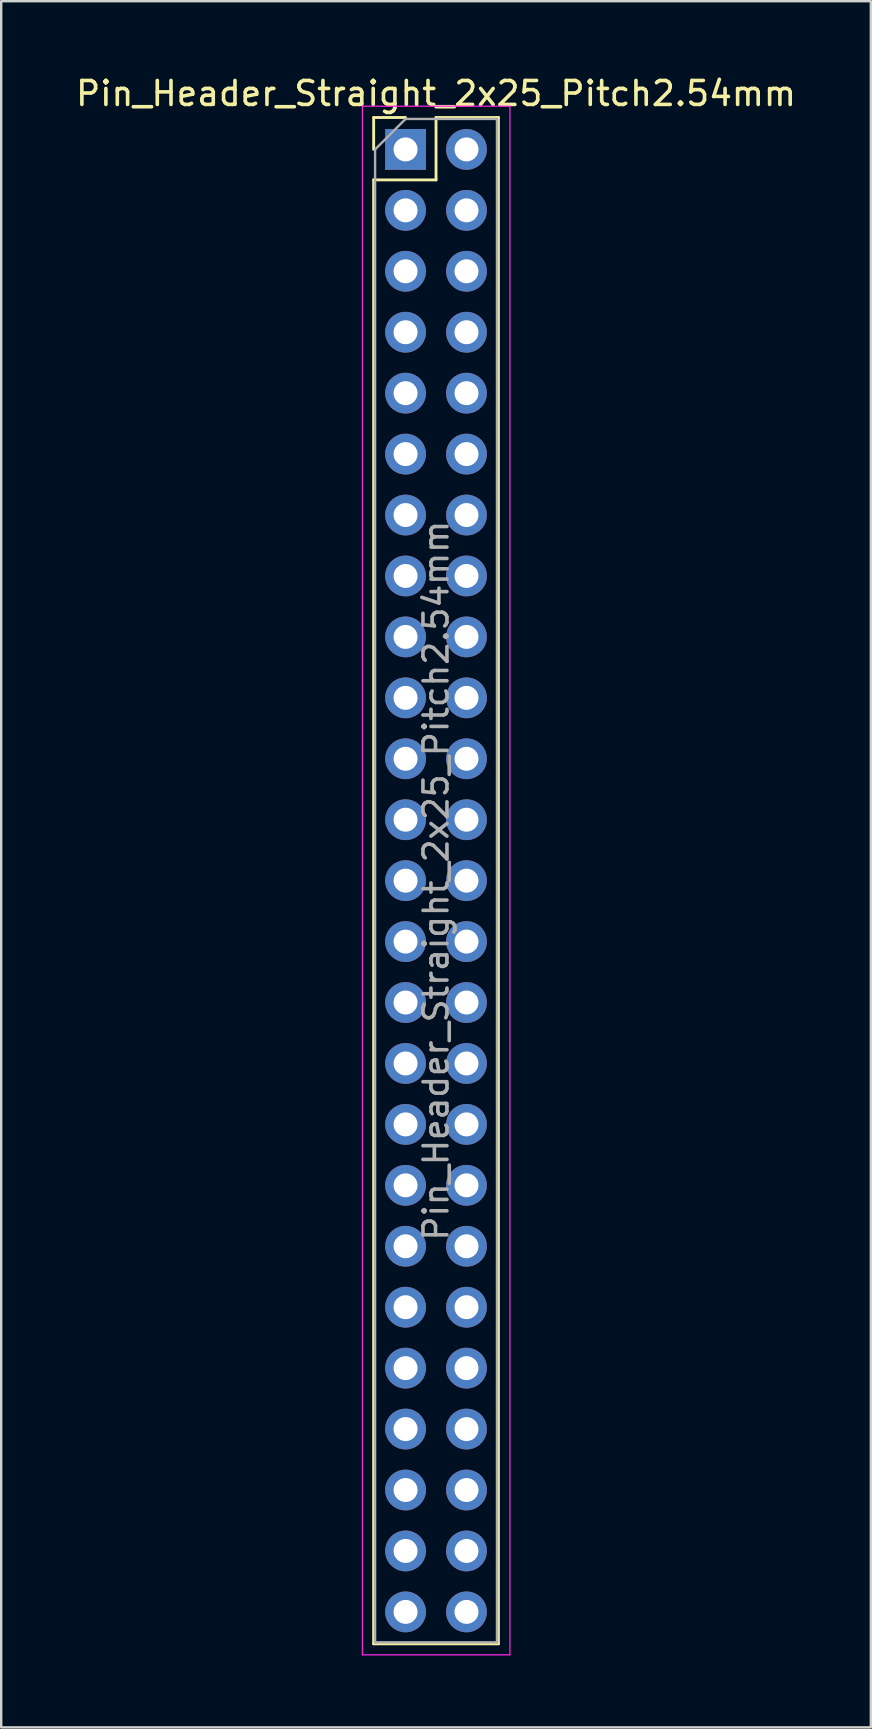
<source format=kicad_pcb>
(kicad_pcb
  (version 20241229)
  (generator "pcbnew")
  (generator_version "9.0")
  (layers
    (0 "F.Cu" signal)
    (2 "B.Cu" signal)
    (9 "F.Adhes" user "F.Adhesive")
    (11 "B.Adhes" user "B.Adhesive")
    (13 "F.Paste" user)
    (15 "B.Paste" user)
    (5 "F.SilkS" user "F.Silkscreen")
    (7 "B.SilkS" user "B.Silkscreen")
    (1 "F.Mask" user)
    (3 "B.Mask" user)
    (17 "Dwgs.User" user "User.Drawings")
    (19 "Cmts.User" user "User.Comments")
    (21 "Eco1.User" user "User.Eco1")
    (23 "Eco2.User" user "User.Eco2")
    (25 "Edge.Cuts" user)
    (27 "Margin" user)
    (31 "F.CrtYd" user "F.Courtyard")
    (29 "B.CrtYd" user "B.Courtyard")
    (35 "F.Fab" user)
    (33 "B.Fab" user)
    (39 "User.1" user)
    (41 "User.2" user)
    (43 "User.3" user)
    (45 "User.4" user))
  (footprint "Pin_Header_Straight_2x25_Pitch2.54mm"
    (layer "F.Cu")
    (at 13.855 3.178)
    (property "Reference" "Pin_Header_Straight_2x25_Pitch2.54mm" (at 1.27 -2.33 0) (layer "F.SilkS") (effects (font (size 1 1) (thickness 0.15))))
    (attr through_hole)
    (fp_line (start -1.33 -1.33) (end 0 -1.33) (stroke (width 0.12) (type solid)) (layer "F.SilkS"))
    (fp_line (start -1.33 0) (end -1.33 -1.33) (stroke (width 0.12) (type solid)) (layer "F.SilkS"))
    (fp_line (start -1.33 1.27) (end -1.33 62.29) (stroke (width 0.12) (type solid)) (layer "F.SilkS"))
    (fp_line (start -1.33 1.27) (end 1.27 1.27) (stroke (width 0.12) (type solid)) (layer "F.SilkS"))
    (fp_line (start -1.33 62.29) (end 3.87 62.29) (stroke (width 0.12) (type solid)) (layer "F.SilkS"))
    (fp_line (start 1.27 -1.33) (end 3.87 -1.33) (stroke (width 0.12) (type solid)) (layer "F.SilkS"))
    (fp_line (start 1.27 1.27) (end 1.27 -1.33) (stroke (width 0.12) (type solid)) (layer "F.SilkS"))
    (fp_line (start 3.87 -1.33) (end 3.87 62.29) (stroke (width 0.12) (type solid)) (layer "F.SilkS"))
    (fp_line (start -1.8 -1.8) (end -1.8 62.75) (stroke (width 0.05) (type solid)) (layer "F.CrtYd"))
    (fp_line (start -1.8 62.75) (end 4.35 62.75) (stroke (width 0.05) (type solid)) (layer "F.CrtYd"))
    (fp_line (start 4.35 -1.8) (end -1.8 -1.8) (stroke (width 0.05) (type solid)) (layer "F.CrtYd"))
    (fp_line (start 4.35 62.75) (end 4.35 -1.8) (stroke (width 0.05) (type solid)) (layer "F.CrtYd"))
    (fp_line (start -1.27 0) (end 0 -1.27) (stroke (width 0.1) (type solid)) (layer "F.Fab"))
    (fp_line (start -1.27 62.23) (end -1.27 0) (stroke (width 0.1) (type solid)) (layer "F.Fab"))
    (fp_line (start 0 -1.27) (end 3.81 -1.27) (stroke (width 0.1) (type solid)) (layer "F.Fab"))
    (fp_line (start 3.81 -1.27) (end 3.81 62.23) (stroke (width 0.1) (type solid)) (layer "F.Fab"))
    (fp_line (start 3.81 62.23) (end -1.27 62.23) (stroke (width 0.1) (type solid)) (layer "F.Fab"))
    (fp_text user "${REFERENCE}" (at 1.27 30.48 90) (layer "F.Fab") (effects (font (size 1 1) (thickness 0.15))))
    (pad "1" thru_hole oval (at 2.54 60.96) (size 1.7 1.7) (drill 1) (layers "*.Cu" "*.Mask"))
    (pad "2" thru_hole oval (at 0 60.96) (size 1.7 1.7) (drill 1) (layers "*.Cu" "*.Mask"))
    (pad "3" thru_hole oval (at 2.54 58.42) (size 1.7 1.7) (drill 1) (layers "*.Cu" "*.Mask"))
    (pad "4" thru_hole oval (at 0 58.42) (size 1.7 1.7) (drill 1) (layers "*.Cu" "*.Mask"))
    (pad "5" thru_hole oval (at 2.54 55.88) (size 1.7 1.7) (drill 1) (layers "*.Cu" "*.Mask"))
    (pad "6" thru_hole oval (at 0 55.88) (size 1.7 1.7) (drill 1) (layers "*.Cu" "*.Mask"))
    (pad "7" thru_hole oval (at 2.54 53.34) (size 1.7 1.7) (drill 1) (layers "*.Cu" "*.Mask"))
    (pad "8" thru_hole oval (at 0 53.34) (size 1.7 1.7) (drill 1) (layers "*.Cu" "*.Mask"))
    (pad "9" thru_hole oval (at 2.54 50.8) (size 1.7 1.7) (drill 1) (layers "*.Cu" "*.Mask"))
    (pad "10" thru_hole oval (at 0 50.8) (size 1.7 1.7) (drill 1) (layers "*.Cu" "*.Mask"))
    (pad "11" thru_hole oval (at 2.54 48.26) (size 1.7 1.7) (drill 1) (layers "*.Cu" "*.Mask"))
    (pad "12" thru_hole oval (at 0 48.26) (size 1.7 1.7) (drill 1) (layers "*.Cu" "*.Mask"))
    (pad "13" thru_hole oval (at 2.54 45.72) (size 1.7 1.7) (drill 1) (layers "*.Cu" "*.Mask"))
    (pad "14" thru_hole oval (at 0 45.72) (size 1.7 1.7) (drill 1) (layers "*.Cu" "*.Mask"))
    (pad "15" thru_hole oval (at 2.54 43.18) (size 1.7 1.7) (drill 1) (layers "*.Cu" "*.Mask"))
    (pad "16" thru_hole oval (at 0 43.18) (size 1.7 1.7) (drill 1) (layers "*.Cu" "*.Mask"))
    (pad "17" thru_hole oval (at 2.54 40.64) (size 1.7 1.7) (drill 1) (layers "*.Cu" "*.Mask"))
    (pad "18" thru_hole oval (at 0 40.64) (size 1.7 1.7) (drill 1) (layers "*.Cu" "*.Mask"))
    (pad "19" thru_hole oval (at 2.54 38.1) (size 1.7 1.7) (drill 1) (layers "*.Cu" "*.Mask"))
    (pad "20" thru_hole oval (at 0 38.1) (size 1.7 1.7) (drill 1) (layers "*.Cu" "*.Mask"))
    (pad "21" thru_hole oval (at 2.54 35.56) (size 1.7 1.7) (drill 1) (layers "*.Cu" "*.Mask"))
    (pad "22" thru_hole oval (at 0 35.56) (size 1.7 1.7) (drill 1) (layers "*.Cu" "*.Mask"))
    (pad "23" thru_hole oval (at 2.54 33.02) (size 1.7 1.7) (drill 1) (layers "*.Cu" "*.Mask"))
    (pad "24" thru_hole oval (at 0 33.02) (size 1.7 1.7) (drill 1) (layers "*.Cu" "*.Mask"))
    (pad "25" thru_hole oval (at 2.54 30.48) (size 1.7 1.7) (drill 1) (layers "*.Cu" "*.Mask"))
    (pad "26" thru_hole oval (at 0 30.48) (size 1.7 1.7) (drill 1) (layers "*.Cu" "*.Mask"))
    (pad "27" thru_hole oval (at 2.54 27.94) (size 1.7 1.7) (drill 1) (layers "*.Cu" "*.Mask"))
    (pad "28" thru_hole oval (at 0 27.94) (size 1.7 1.7) (drill 1) (layers "*.Cu" "*.Mask"))
    (pad "29" thru_hole oval (at 2.54 25.4) (size 1.7 1.7) (drill 1) (layers "*.Cu" "*.Mask"))
    (pad "30" thru_hole oval (at 0 25.4) (size 1.7 1.7) (drill 1) (layers "*.Cu" "*.Mask"))
    (pad "31" thru_hole oval (at 2.54 22.86) (size 1.7 1.7) (drill 1) (layers "*.Cu" "*.Mask"))
    (pad "32" thru_hole oval (at 0 22.86) (size 1.7 1.7) (drill 1) (layers "*.Cu" "*.Mask"))
    (pad "33" thru_hole oval (at 2.54 20.32) (size 1.7 1.7) (drill 1) (layers "*.Cu" "*.Mask"))
    (pad "34" thru_hole oval (at 0 20.32) (size 1.7 1.7) (drill 1) (layers "*.Cu" "*.Mask"))
    (pad "35" thru_hole oval (at 2.54 17.78) (size 1.7 1.7) (drill 1) (layers "*.Cu" "*.Mask"))
    (pad "36" thru_hole oval (at 0 17.78) (size 1.7 1.7) (drill 1) (layers "*.Cu" "*.Mask"))
    (pad "37" thru_hole oval (at 2.54 15.24) (size 1.7 1.7) (drill 1) (layers "*.Cu" "*.Mask"))
    (pad "38" thru_hole oval (at 0 15.24) (size 1.7 1.7) (drill 1) (layers "*.Cu" "*.Mask"))
    (pad "39" thru_hole oval (at 2.54 12.7) (size 1.7 1.7) (drill 1) (layers "*.Cu" "*.Mask"))
    (pad "40" thru_hole oval (at 0 12.7) (size 1.7 1.7) (drill 1) (layers "*.Cu" "*.Mask"))
    (pad "41" thru_hole oval (at 2.54 10.16) (size 1.7 1.7) (drill 1) (layers "*.Cu" "*.Mask"))
    (pad "42" thru_hole oval (at 0 10.16) (size 1.7 1.7) (drill 1) (layers "*.Cu" "*.Mask"))
    (pad "43" thru_hole oval (at 2.54 7.62) (size 1.7 1.7) (drill 1) (layers "*.Cu" "*.Mask"))
    (pad "44" thru_hole oval (at 0 7.62) (size 1.7 1.7) (drill 1) (layers "*.Cu" "*.Mask"))
    (pad "45" thru_hole oval (at 2.54 5.08) (size 1.7 1.7) (drill 1) (layers "*.Cu" "*.Mask"))
    (pad "46" thru_hole oval (at 0 5.08) (size 1.7 1.7) (drill 1) (layers "*.Cu" "*.Mask"))
    (pad "47" thru_hole oval (at 2.54 2.54) (size 1.7 1.7) (drill 1) (layers "*.Cu" "*.Mask"))
    (pad "48" thru_hole oval (at 0 2.54) (size 1.7 1.7) (drill 1) (layers "*.Cu" "*.Mask"))
    (pad "49" thru_hole oval (at 2.54 0) (size 1.7 1.7) (drill 1) (layers "*.Cu" "*.Mask"))
    (pad "50" thru_hole rect (at 0 0) (size 1.7 1.7) (drill 1) (layers "*.Cu" "*.Mask")))
  (gr_rect
    (start -3 -3)
    (end 33.25 68.953)
    (stroke (width 0.1) (type default))
    (fill no)
    (layer "Edge.Cuts")))
</source>
